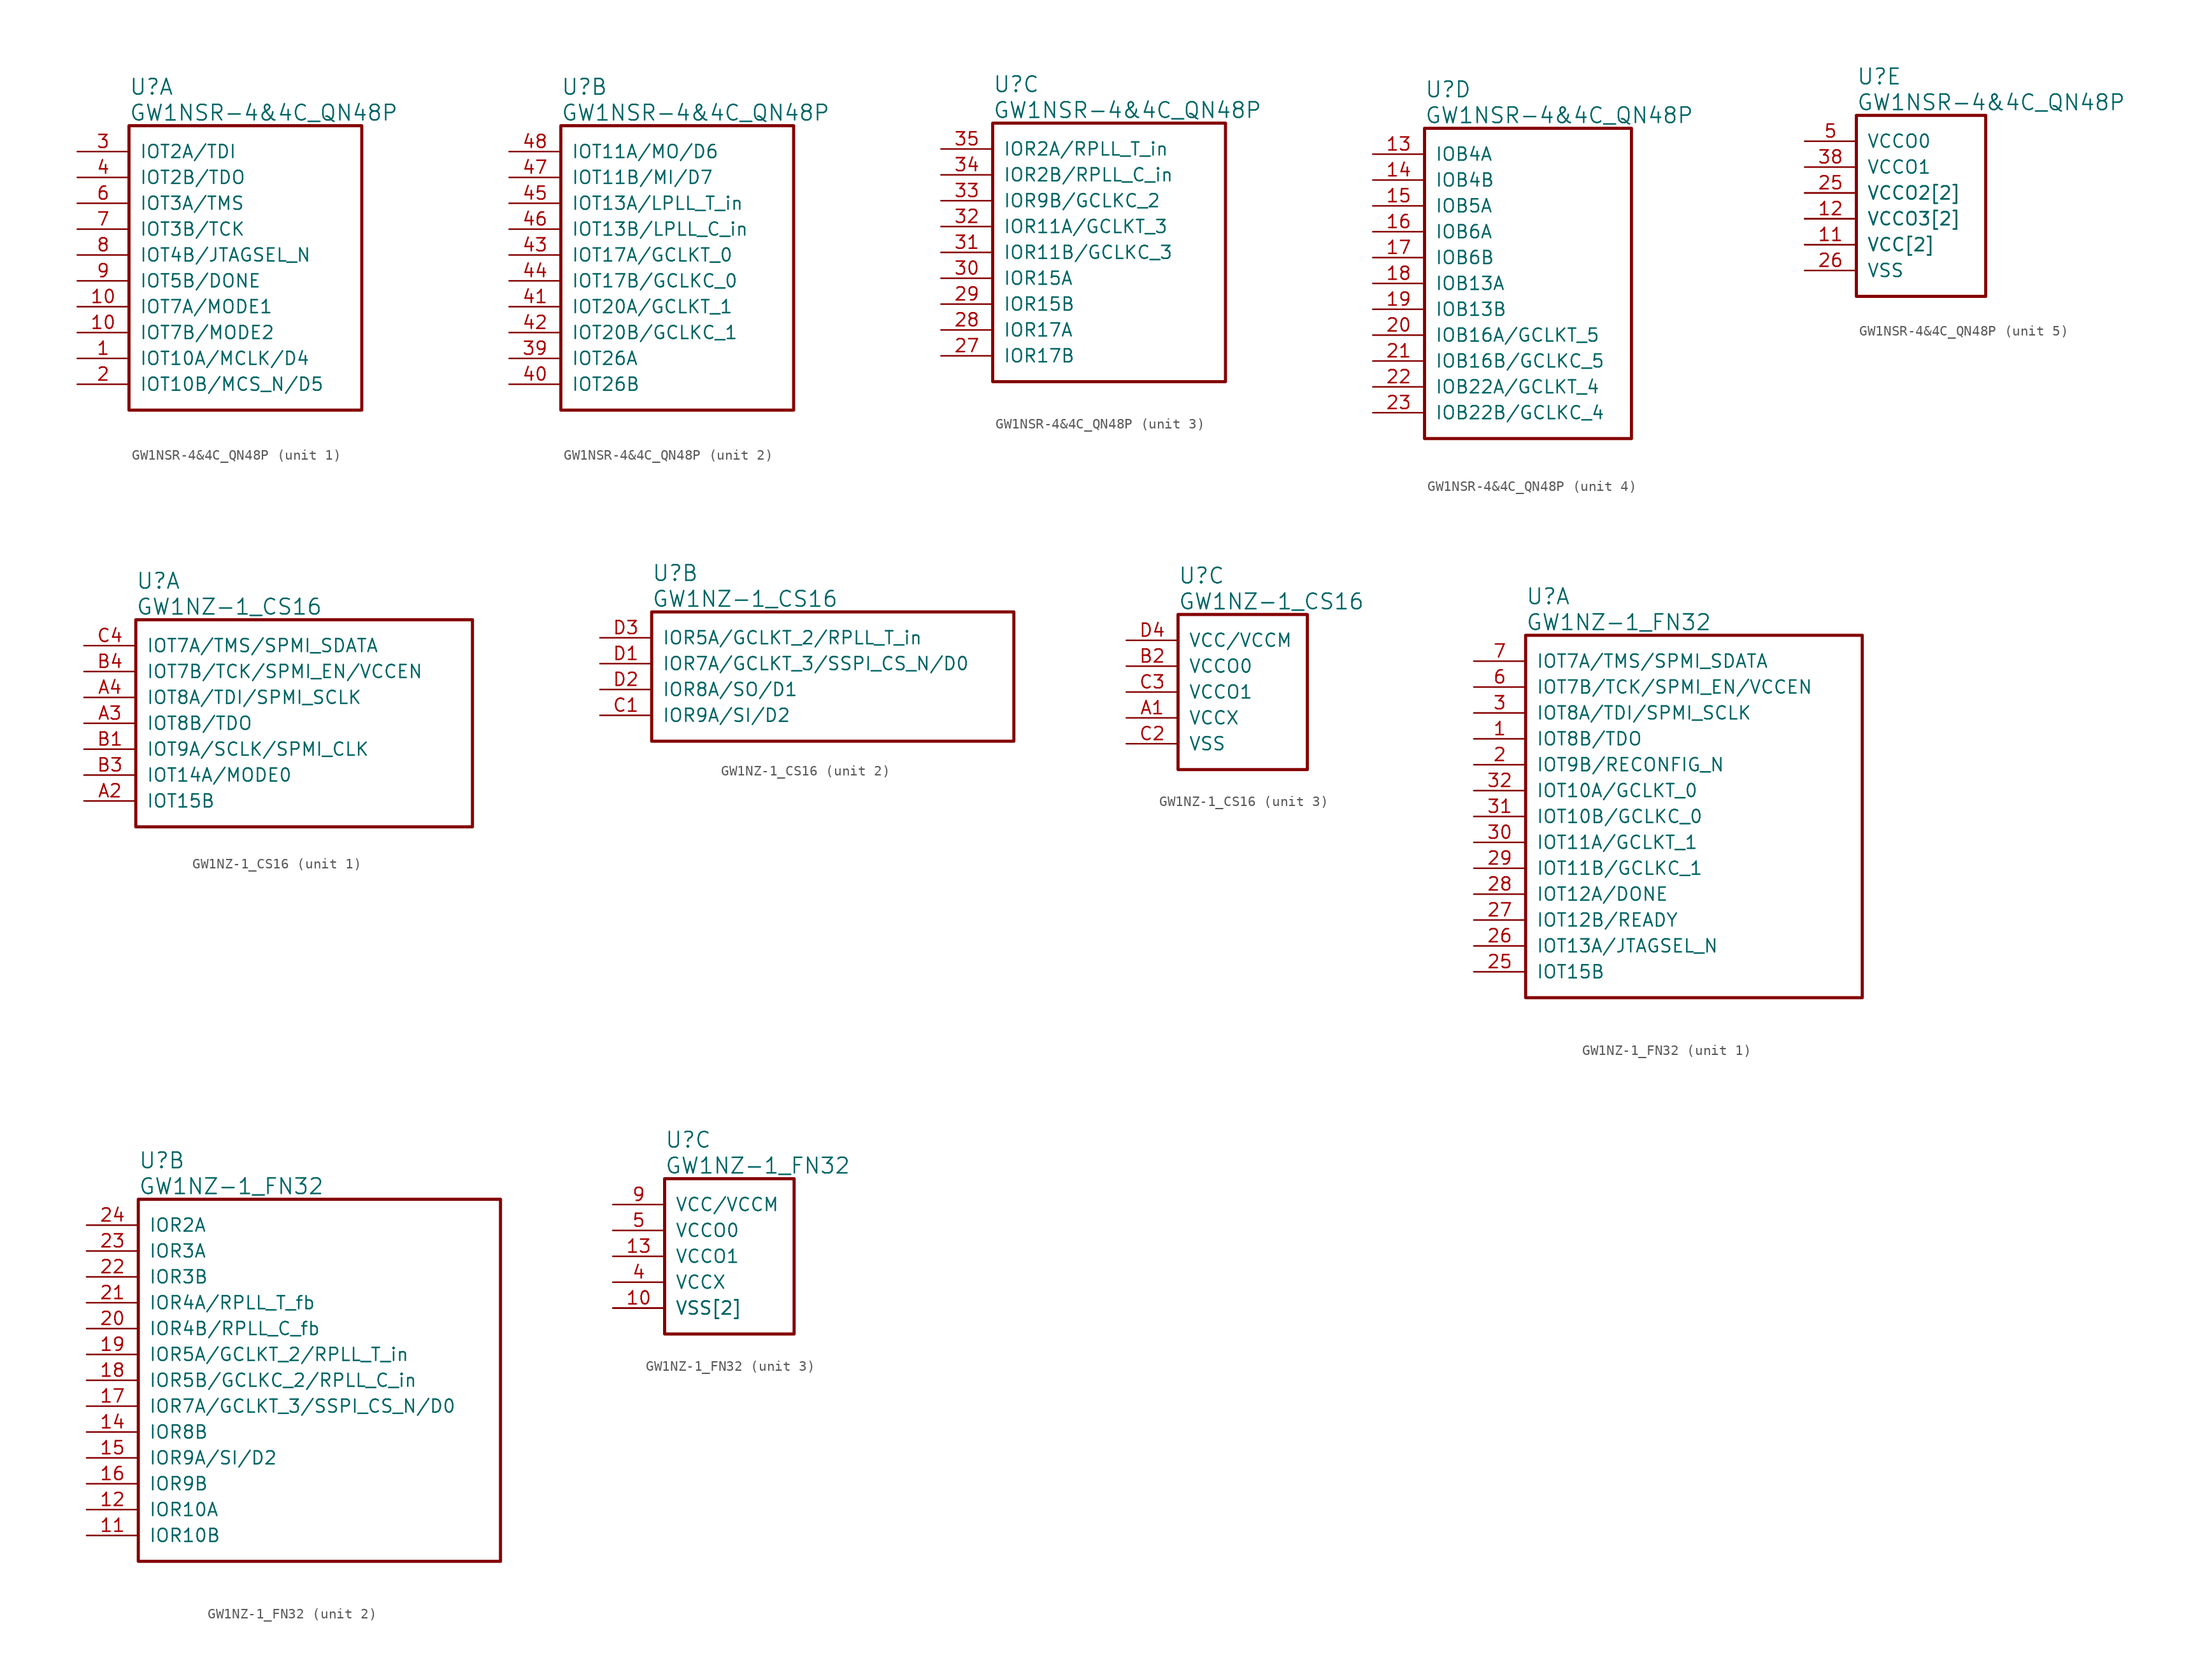
<source format=kicad_sym>
(kicad_symbol_lib
  (version 20211014)
  (generator kicad_symbol_editor)
  (symbol "GW1NSR-4&4C_QN48P"
    (pin_names
      (offset 1.016))
    (property "Reference" "U"
      (at 5.08 6.35 0)
      (effects (font (size 1.524 1.524)) (justify left)))
    (property "Value" "GW1NSR-4&4C_QN48P"
      (at 5.08 3.81 0)
      (effects (font (size 1.524 1.524)) (justify left)))
    (property "ki_locked" ""
      (at 0 0 0)
      (effects (font (size 1.27 1.27))))
    (symbol "GW1NSR-4&4C_QN48P_1_1"
      (rectangle (start 5.08 2.54) (end 27.94 -25.4) (stroke (width 0.305) (type default) (color 0 0 0 0)) (fill (type none)))
      (pin bidirectional line (at 0 -20.32 0) (length 5.08) (name "IOT10A/MCLK/D4" (effects (font (size 1.27 1.27)))) (number "1" (effects (font (size 1.27 1.27)))))
      (pin bidirectional line (at 0 -15.24 0) (length 5.08) (name "IOT7A/MODE1" (effects (font (size 1.27 1.27)))) (number "10" (effects (font (size 1.27 1.27)))))
      (pin bidirectional line (at 0 -17.78 0) (length 5.08) (name "IOT7B/MODE2" (effects (font (size 1.27 1.27)))) (number "10" (effects (font (size 1.27 1.27)))))
      (pin bidirectional line (at 0 -22.86 0) (length 5.08) (name "IOT10B/MCS_N/D5" (effects (font (size 1.27 1.27)))) (number "2" (effects (font (size 1.27 1.27)))))
      (pin bidirectional line (at 0 0 0) (length 5.08) (name "IOT2A/TDI" (effects (font (size 1.27 1.27)))) (number "3" (effects (font (size 1.27 1.27)))))
      (pin bidirectional line (at 0 -2.54 0) (length 5.08) (name "IOT2B/TDO" (effects (font (size 1.27 1.27)))) (number "4" (effects (font (size 1.27 1.27)))))
      (pin bidirectional line (at 0 -5.08 0) (length 5.08) (name "IOT3A/TMS" (effects (font (size 1.27 1.27)))) (number "6" (effects (font (size 1.27 1.27)))))
      (pin bidirectional line (at 0 -7.62 0) (length 5.08) (name "IOT3B/TCK" (effects (font (size 1.27 1.27)))) (number "7" (effects (font (size 1.27 1.27)))))
      (pin bidirectional line (at 0 -10.16 0) (length 5.08) (name "IOT4B/JTAGSEL_N" (effects (font (size 1.27 1.27)))) (number "8" (effects (font (size 1.27 1.27)))))
      (pin bidirectional line (at 0 -12.7 0) (length 5.08) (name "IOT5B/DONE" (effects (font (size 1.27 1.27)))) (number "9" (effects (font (size 1.27 1.27))))))
    (symbol "GW1NSR-4&4C_QN48P_2_1"
      (rectangle (start 5.08 2.54) (end 27.94 -25.4) (stroke (width 0.305) (type default) (color 0 0 0 0)) (fill (type none)))
      (pin bidirectional line (at 0 -20.32 0) (length 5.08) (name "IOT26A" (effects (font (size 1.27 1.27)))) (number "39" (effects (font (size 1.27 1.27)))))
      (pin bidirectional line (at 0 -22.86 0) (length 5.08) (name "IOT26B" (effects (font (size 1.27 1.27)))) (number "40" (effects (font (size 1.27 1.27)))))
      (pin bidirectional line (at 0 -15.24 0) (length 5.08) (name "IOT20A/GCLKT_1" (effects (font (size 1.27 1.27)))) (number "41" (effects (font (size 1.27 1.27)))))
      (pin bidirectional line (at 0 -17.78 0) (length 5.08) (name "IOT20B/GCLKC_1" (effects (font (size 1.27 1.27)))) (number "42" (effects (font (size 1.27 1.27)))))
      (pin bidirectional line (at 0 -10.16 0) (length 5.08) (name "IOT17A/GCLKT_0" (effects (font (size 1.27 1.27)))) (number "43" (effects (font (size 1.27 1.27)))))
      (pin bidirectional line (at 0 -12.7 0) (length 5.08) (name "IOT17B/GCLKC_0" (effects (font (size 1.27 1.27)))) (number "44" (effects (font (size 1.27 1.27)))))
      (pin bidirectional line (at 0 -5.08 0) (length 5.08) (name "IOT13A/LPLL_T_in" (effects (font (size 1.27 1.27)))) (number "45" (effects (font (size 1.27 1.27)))))
      (pin bidirectional line (at 0 -7.62 0) (length 5.08) (name "IOT13B/LPLL_C_in" (effects (font (size 1.27 1.27)))) (number "46" (effects (font (size 1.27 1.27)))))
      (pin bidirectional line (at 0 -2.54 0) (length 5.08) (name "IOT11B/MI/D7" (effects (font (size 1.27 1.27)))) (number "47" (effects (font (size 1.27 1.27)))))
      (pin bidirectional line (at 0 0 0) (length 5.08) (name "IOT11A/MO/D6" (effects (font (size 1.27 1.27)))) (number "48" (effects (font (size 1.27 1.27))))))
    (symbol "GW1NSR-4&4C_QN48P_3_1"
      (rectangle (start 5.08 2.54) (end 27.94 -22.86) (stroke (width 0.305) (type default) (color 0 0 0 0)) (fill (type none)))
      (pin bidirectional line (at 0 -20.32 0) (length 5.08) (name "IOR17B" (effects (font (size 1.27 1.27)))) (number "27" (effects (font (size 1.27 1.27)))))
      (pin bidirectional line (at 0 -17.78 0) (length 5.08) (name "IOR17A" (effects (font (size 1.27 1.27)))) (number "28" (effects (font (size 1.27 1.27)))))
      (pin bidirectional line (at 0 -15.24 0) (length 5.08) (name "IOR15B" (effects (font (size 1.27 1.27)))) (number "29" (effects (font (size 1.27 1.27)))))
      (pin bidirectional line (at 0 -12.7 0) (length 5.08) (name "IOR15A" (effects (font (size 1.27 1.27)))) (number "30" (effects (font (size 1.27 1.27)))))
      (pin bidirectional line (at 0 -10.16 0) (length 5.08) (name "IOR11B/GCLKC_3" (effects (font (size 1.27 1.27)))) (number "31" (effects (font (size 1.27 1.27)))))
      (pin bidirectional line (at 0 -7.62 0) (length 5.08) (name "IOR11A/GCLKT_3" (effects (font (size 1.27 1.27)))) (number "32" (effects (font (size 1.27 1.27)))))
      (pin bidirectional line (at 0 -5.08 0) (length 5.08) (name "IOR9B/GCLKC_2" (effects (font (size 1.27 1.27)))) (number "33" (effects (font (size 1.27 1.27)))))
      (pin bidirectional line (at 0 -2.54 0) (length 5.08) (name "IOR2B/RPLL_C_in" (effects (font (size 1.27 1.27)))) (number "34" (effects (font (size 1.27 1.27)))))
      (pin bidirectional line (at 0 0 0) (length 5.08) (name "IOR2A/RPLL_T_in" (effects (font (size 1.27 1.27)))) (number "35" (effects (font (size 1.27 1.27))))))
    (symbol "GW1NSR-4&4C_QN48P_4_1"
      (rectangle (start 5.08 2.54) (end 25.4 -27.94) (stroke (width 0.305) (type default) (color 0 0 0 0)) (fill (type none)))
      (pin bidirectional line (at 0 0 0) (length 5.08) (name "IOB4A" (effects (font (size 1.27 1.27)))) (number "13" (effects (font (size 1.27 1.27)))))
      (pin bidirectional line (at 0 -2.54 0) (length 5.08) (name "IOB4B" (effects (font (size 1.27 1.27)))) (number "14" (effects (font (size 1.27 1.27)))))
      (pin bidirectional line (at 0 -5.08 0) (length 5.08) (name "IOB5A" (effects (font (size 1.27 1.27)))) (number "15" (effects (font (size 1.27 1.27)))))
      (pin bidirectional line (at 0 -7.62 0) (length 5.08) (name "IOB6A" (effects (font (size 1.27 1.27)))) (number "16" (effects (font (size 1.27 1.27)))))
      (pin bidirectional line (at 0 -10.16 0) (length 5.08) (name "IOB6B" (effects (font (size 1.27 1.27)))) (number "17" (effects (font (size 1.27 1.27)))))
      (pin bidirectional line (at 0 -12.7 0) (length 5.08) (name "IOB13A" (effects (font (size 1.27 1.27)))) (number "18" (effects (font (size 1.27 1.27)))))
      (pin bidirectional line (at 0 -15.24 0) (length 5.08) (name "IOB13B" (effects (font (size 1.27 1.27)))) (number "19" (effects (font (size 1.27 1.27)))))
      (pin bidirectional line (at 0 -17.78 0) (length 5.08) (name "IOB16A/GCLKT_5" (effects (font (size 1.27 1.27)))) (number "20" (effects (font (size 1.27 1.27)))))
      (pin bidirectional line (at 0 -20.32 0) (length 5.08) (name "IOB16B/GCLKC_5" (effects (font (size 1.27 1.27)))) (number "21" (effects (font (size 1.27 1.27)))))
      (pin bidirectional line (at 0 -22.86 0) (length 5.08) (name "IOB22A/GCLKT_4" (effects (font (size 1.27 1.27)))) (number "22" (effects (font (size 1.27 1.27)))))
      (pin bidirectional line (at 0 -25.4 0) (length 5.08) (name "IOB22B/GCLKC_4" (effects (font (size 1.27 1.27)))) (number "23" (effects (font (size 1.27 1.27))))))
    (symbol "GW1NSR-4&4C_QN48P_5_1"
      (rectangle (start 5.08 2.54) (end 17.78 -15.24) (stroke (width 0.305) (type default) (color 0 0 0 0)) (fill (type none)))
      (pin power_in line (at 0 -10.16 0) (length 5.08) (name "VCC[2]" (effects (font (size 1.27 1.27)))) (number "11" (effects (font (size 1.27 1.27)))))
      (pin power_in line (at 0 -7.62 0) (length 5.08) (name "VCCO3[2]" (effects (font (size 1.27 1.27)))) (number "12" (effects (font (size 1.27 1.27)))))
      (pin power_in line (at 0 -7.62 0) (length 5.08) (name "VCCO3[2]" (effects (font (size 1.27 1.27)))) (number "24" (effects (font (size 0 0)))))
      (pin power_in line (at 0 -5.08 0) (length 5.08) (name "VCCO2[2]" (effects (font (size 1.27 1.27)))) (number "25" (effects (font (size 1.27 1.27)))))
      (pin power_in line (at 0 -12.7 0) (length 5.08) (name "VSS" (effects (font (size 1.27 1.27)))) (number "26" (effects (font (size 1.27 1.27)))))
      (pin power_in line (at 0 -5.08 0) (length 5.08) (name "VCCO2[2]" (effects (font (size 1.27 1.27)))) (number "36" (effects (font (size 0 0)))))
      (pin power_in line (at 0 -10.16 0) (length 5.08) (name "VCC[2]" (effects (font (size 1.27 1.27)))) (number "37" (effects (font (size 0 0)))))
      (pin power_in line (at 0 -2.54 0) (length 5.08) (name "VCCO1" (effects (font (size 1.27 1.27)))) (number "38" (effects (font (size 1.27 1.27)))))
      (pin power_in line (at 0 0 0) (length 5.08) (name "VCCO0" (effects (font (size 1.27 1.27)))) (number "5" (effects (font (size 1.27 1.27)))))))
  (symbol "GW1NZ-1_CS16"
    (pin_names
      (offset 1.016))
    (property "Reference" "U"
      (at 5.08 6.35 0)
      (effects (font (size 1.524 1.524)) (justify left)))
    (property "Value" "GW1NZ-1_CS16"
      (at 5.08 3.81 0)
      (effects (font (size 1.524 1.524)) (justify left)))
    (property "ki_locked" ""
      (at 0 0 0)
      (effects (font (size 1.27 1.27))))
    (symbol "GW1NZ-1_CS16_1_1"
      (rectangle (start 5.08 2.54) (end 38.1 -17.78) (stroke (width 0.305) (type default) (color 0 0 0 0)) (fill (type none)))
      (pin bidirectional line (at 0 -15.24 0) (length 5.08) (name "IOT15B" (effects (font (size 1.27 1.27)))) (number "A2" (effects (font (size 1.27 1.27)))))
      (pin bidirectional line (at 0 -7.62 0) (length 5.08) (name "IOT8B/TDO" (effects (font (size 1.27 1.27)))) (number "A3" (effects (font (size 1.27 1.27)))))
      (pin bidirectional line (at 0 -5.08 0) (length 5.08) (name "IOT8A/TDI/SPMI_SCLK" (effects (font (size 1.27 1.27)))) (number "A4" (effects (font (size 1.27 1.27)))))
      (pin bidirectional line (at 0 -10.16 0) (length 5.08) (name "IOT9A/SCLK/SPMI_CLK" (effects (font (size 1.27 1.27)))) (number "B1" (effects (font (size 1.27 1.27)))))
      (pin bidirectional line (at 0 -12.7 0) (length 5.08) (name "IOT14A/MODE0" (effects (font (size 1.27 1.27)))) (number "B3" (effects (font (size 1.27 1.27)))))
      (pin bidirectional line (at 0 -2.54 0) (length 5.08) (name "IOT7B/TCK/SPMI_EN/VCCEN" (effects (font (size 1.27 1.27)))) (number "B4" (effects (font (size 1.27 1.27)))))
      (pin bidirectional line (at 0 0 0) (length 5.08) (name "IOT7A/TMS/SPMI_SDATA" (effects (font (size 1.27 1.27)))) (number "C4" (effects (font (size 1.27 1.27))))))
    (symbol "GW1NZ-1_CS16_2_1"
      (rectangle (start 5.08 2.54) (end 40.64 -10.16) (stroke (width 0.305) (type default) (color 0 0 0 0)) (fill (type none)))
      (pin bidirectional line (at 0 -7.62 0) (length 5.08) (name "IOR9A/SI/D2" (effects (font (size 1.27 1.27)))) (number "C1" (effects (font (size 1.27 1.27)))))
      (pin bidirectional line (at 0 -2.54 0) (length 5.08) (name "IOR7A/GCLKT_3/SSPI_CS_N/D0" (effects (font (size 1.27 1.27)))) (number "D1" (effects (font (size 1.27 1.27)))))
      (pin bidirectional line (at 0 -5.08 0) (length 5.08) (name "IOR8A/SO/D1" (effects (font (size 1.27 1.27)))) (number "D2" (effects (font (size 1.27 1.27)))))
      (pin bidirectional line (at 0 0 0) (length 5.08) (name "IOR5A/GCLKT_2/RPLL_T_in" (effects (font (size 1.27 1.27)))) (number "D3" (effects (font (size 1.27 1.27))))))
    (symbol "GW1NZ-1_CS16_3_1"
      (rectangle (start 5.08 2.54) (end 17.78 -12.7) (stroke (width 0.305) (type default) (color 0 0 0 0)) (fill (type none)))
      (pin power_in line (at 0 -7.62 0) (length 5.08) (name "VCCX" (effects (font (size 1.27 1.27)))) (number "A1" (effects (font (size 1.27 1.27)))))
      (pin power_in line (at 0 -2.54 0) (length 5.08) (name "VCCO0" (effects (font (size 1.27 1.27)))) (number "B2" (effects (font (size 1.27 1.27)))))
      (pin power_in line (at 0 -10.16 0) (length 5.08) (name "VSS" (effects (font (size 1.27 1.27)))) (number "C2" (effects (font (size 1.27 1.27)))))
      (pin power_in line (at 0 -5.08 0) (length 5.08) (name "VCCO1" (effects (font (size 1.27 1.27)))) (number "C3" (effects (font (size 1.27 1.27)))))
      (pin power_in line (at 0 0 0) (length 5.08) (name "VCC/VCCM" (effects (font (size 1.27 1.27)))) (number "D4" (effects (font (size 1.27 1.27)))))))
  (symbol "GW1NZ-1_FN32"
    (pin_names
      (offset 1.016))
    (property "Reference" "U"
      (at 5.08 6.35 0)
      (effects (font (size 1.524 1.524)) (justify left)))
    (property "Value" "GW1NZ-1_FN32"
      (at 5.08 3.81 0)
      (effects (font (size 1.524 1.524)) (justify left)))
    (property "ki_locked" ""
      (at 0 0 0)
      (effects (font (size 1.27 1.27))))
    (symbol "GW1NZ-1_FN32_1_1"
      (rectangle (start 5.08 2.54) (end 38.1 -33.02) (stroke (width 0.305) (type default) (color 0 0 0 0)) (fill (type none)))
      (pin bidirectional line (at 0 -7.62 0) (length 5.08) (name "IOT8B/TDO" (effects (font (size 1.27 1.27)))) (number "1" (effects (font (size 1.27 1.27)))))
      (pin bidirectional line (at 0 -10.16 0) (length 5.08) (name "IOT9B/RECONFIG_N" (effects (font (size 1.27 1.27)))) (number "2" (effects (font (size 1.27 1.27)))))
      (pin bidirectional line (at 0 -30.48 0) (length 5.08) (name "IOT15B" (effects (font (size 1.27 1.27)))) (number "25" (effects (font (size 1.27 1.27)))))
      (pin bidirectional line (at 0 -27.94 0) (length 5.08) (name "IOT13A/JTAGSEL_N" (effects (font (size 1.27 1.27)))) (number "26" (effects (font (size 1.27 1.27)))))
      (pin bidirectional line (at 0 -25.4 0) (length 5.08) (name "IOT12B/READY" (effects (font (size 1.27 1.27)))) (number "27" (effects (font (size 1.27 1.27)))))
      (pin bidirectional line (at 0 -22.86 0) (length 5.08) (name "IOT12A/DONE" (effects (font (size 1.27 1.27)))) (number "28" (effects (font (size 1.27 1.27)))))
      (pin bidirectional line (at 0 -20.32 0) (length 5.08) (name "IOT11B/GCLKC_1" (effects (font (size 1.27 1.27)))) (number "29" (effects (font (size 1.27 1.27)))))
      (pin bidirectional line (at 0 -5.08 0) (length 5.08) (name "IOT8A/TDI/SPMI_SCLK" (effects (font (size 1.27 1.27)))) (number "3" (effects (font (size 1.27 1.27)))))
      (pin bidirectional line (at 0 -17.78 0) (length 5.08) (name "IOT11A/GCLKT_1" (effects (font (size 1.27 1.27)))) (number "30" (effects (font (size 1.27 1.27)))))
      (pin bidirectional line (at 0 -15.24 0) (length 5.08) (name "IOT10B/GCLKC_0" (effects (font (size 1.27 1.27)))) (number "31" (effects (font (size 1.27 1.27)))))
      (pin bidirectional line (at 0 -12.7 0) (length 5.08) (name "IOT10A/GCLKT_0" (effects (font (size 1.27 1.27)))) (number "32" (effects (font (size 1.27 1.27)))))
      (pin bidirectional line (at 0 -2.54 0) (length 5.08) (name "IOT7B/TCK/SPMI_EN/VCCEN" (effects (font (size 1.27 1.27)))) (number "6" (effects (font (size 1.27 1.27)))))
      (pin bidirectional line (at 0 0 0) (length 5.08) (name "IOT7A/TMS/SPMI_SDATA" (effects (font (size 1.27 1.27)))) (number "7" (effects (font (size 1.27 1.27))))))
    (symbol "GW1NZ-1_FN32_2_1"
      (rectangle (start 5.08 2.54) (end 40.64 -33.02) (stroke (width 0.305) (type default) (color 0 0 0 0)) (fill (type none)))
      (pin bidirectional line (at 0 -30.48 0) (length 5.08) (name "IOR10B" (effects (font (size 1.27 1.27)))) (number "11" (effects (font (size 1.27 1.27)))))
      (pin bidirectional line (at 0 -27.94 0) (length 5.08) (name "IOR10A" (effects (font (size 1.27 1.27)))) (number "12" (effects (font (size 1.27 1.27)))))
      (pin bidirectional line (at 0 -20.32 0) (length 5.08) (name "IOR8B" (effects (font (size 1.27 1.27)))) (number "14" (effects (font (size 1.27 1.27)))))
      (pin bidirectional line (at 0 -22.86 0) (length 5.08) (name "IOR9A/SI/D2" (effects (font (size 1.27 1.27)))) (number "15" (effects (font (size 1.27 1.27)))))
      (pin bidirectional line (at 0 -25.4 0) (length 5.08) (name "IOR9B" (effects (font (size 1.27 1.27)))) (number "16" (effects (font (size 1.27 1.27)))))
      (pin bidirectional line (at 0 -17.78 0) (length 5.08) (name "IOR7A/GCLKT_3/SSPI_CS_N/D0" (effects (font (size 1.27 1.27)))) (number "17" (effects (font (size 1.27 1.27)))))
      (pin bidirectional line (at 0 -15.24 0) (length 5.08) (name "IOR5B/GCLKC_2/RPLL_C_in" (effects (font (size 1.27 1.27)))) (number "18" (effects (font (size 1.27 1.27)))))
      (pin bidirectional line (at 0 -12.7 0) (length 5.08) (name "IOR5A/GCLKT_2/RPLL_T_in" (effects (font (size 1.27 1.27)))) (number "19" (effects (font (size 1.27 1.27)))))
      (pin bidirectional line (at 0 -10.16 0) (length 5.08) (name "IOR4B/RPLL_C_fb" (effects (font (size 1.27 1.27)))) (number "20" (effects (font (size 1.27 1.27)))))
      (pin bidirectional line (at 0 -7.62 0) (length 5.08) (name "IOR4A/RPLL_T_fb" (effects (font (size 1.27 1.27)))) (number "21" (effects (font (size 1.27 1.27)))))
      (pin bidirectional line (at 0 -5.08 0) (length 5.08) (name "IOR3B" (effects (font (size 1.27 1.27)))) (number "22" (effects (font (size 1.27 1.27)))))
      (pin bidirectional line (at 0 -2.54 0) (length 5.08) (name "IOR3A" (effects (font (size 1.27 1.27)))) (number "23" (effects (font (size 1.27 1.27)))))
      (pin bidirectional line (at 0 0 0) (length 5.08) (name "IOR2A" (effects (font (size 1.27 1.27)))) (number "24" (effects (font (size 1.27 1.27))))))
    (symbol "GW1NZ-1_FN32_3_1"
      (rectangle (start 5.08 2.54) (end 17.78 -12.7) (stroke (width 0.305) (type default) (color 0 0 0 0)) (fill (type none)))
      (pin power_in line (at 0 -10.16 0) (length 5.08) (name "VSS[2]" (effects (font (size 1.27 1.27)))) (number "10" (effects (font (size 1.27 1.27)))))
      (pin power_in line (at 0 -5.08 0) (length 5.08) (name "VCCO1" (effects (font (size 1.27 1.27)))) (number "13" (effects (font (size 1.27 1.27)))))
      (pin power_in line (at 0 -7.62 0) (length 5.08) (name "VCCX" (effects (font (size 1.27 1.27)))) (number "4" (effects (font (size 1.27 1.27)))))
      (pin power_in line (at 0 -2.54 0) (length 5.08) (name "VCCO0" (effects (font (size 1.27 1.27)))) (number "5" (effects (font (size 1.27 1.27)))))
      (pin power_in line (at 0 -10.16 0) (length 5.08) (name "VSS[2]" (effects (font (size 1.27 1.27)))) (number "8" (effects (font (size 0 0)))))
      (pin power_in line (at 0 0 0) (length 5.08) (name "VCC/VCCM" (effects (font (size 1.27 1.27)))) (number "9" (effects (font (size 1.27 1.27))))))))
</source>
